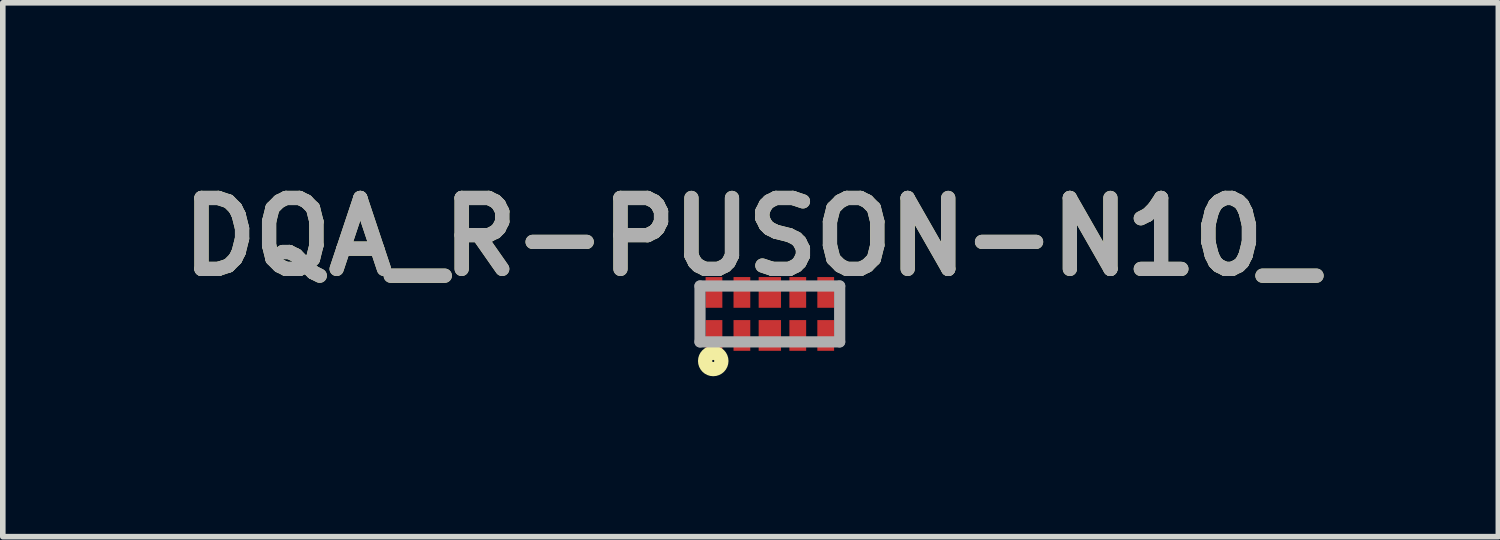
<source format=kicad_pcb>
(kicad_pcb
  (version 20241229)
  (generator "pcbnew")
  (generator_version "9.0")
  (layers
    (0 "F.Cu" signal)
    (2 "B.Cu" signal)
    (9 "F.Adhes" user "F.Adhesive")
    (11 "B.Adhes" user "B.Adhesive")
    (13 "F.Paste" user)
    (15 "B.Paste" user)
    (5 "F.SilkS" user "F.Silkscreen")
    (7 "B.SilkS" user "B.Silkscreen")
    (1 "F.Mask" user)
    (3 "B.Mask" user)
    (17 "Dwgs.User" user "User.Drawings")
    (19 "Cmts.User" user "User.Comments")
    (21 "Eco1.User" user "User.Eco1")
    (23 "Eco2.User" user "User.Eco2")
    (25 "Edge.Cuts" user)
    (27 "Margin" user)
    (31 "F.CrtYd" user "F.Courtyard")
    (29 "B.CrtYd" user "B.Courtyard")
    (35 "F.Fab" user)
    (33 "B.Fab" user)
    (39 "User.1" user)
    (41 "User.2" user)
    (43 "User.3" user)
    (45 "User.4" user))
  (footprint "DQA_R-PUSON-N10_"
    (layer "F.Cu")
    (at 10.729 2.569)
    (property "Reference" "DQA_R-PUSON-N10_" (at -0.345 -1.38 0) (layer "F.SilkS") (effects (font (size 1.27 1.27) (thickness 0.254))))
    (attr smd)
    (fp_circle (center -1.013 0.842) (end -1.013 0.861) (stroke (width 0.254) (type solid)) (fill no) (layer "F.SilkS"))
    (fp_line (start -1.25 -0.5) (end 1.25 -0.5) (stroke (width 0.2) (type solid)) (layer "F.Fab"))
    (fp_line (start -1.25 0.5) (end -1.25 -0.5) (stroke (width 0.2) (type solid)) (layer "F.Fab"))
    (fp_line (start 1.25 -0.5) (end 1.25 0.5) (stroke (width 0.2) (type solid)) (layer "F.Fab"))
    (fp_line (start 1.25 0.5) (end -1.25 0.5) (stroke (width 0.2) (type solid)) (layer "F.Fab"))
    (fp_text user "${REFERENCE}" (at -0.345 -1.38 0) (layer "F.Fab") (effects (font (size 1.27 1.27) (thickness 0.254))))
    (pad "1" smd rect (at -1 0.385) (size 0.3 0.55) (layers "F.Cu" "F.Mask" "F.Paste"))
    (pad "2" smd rect (at -0.5 0.385) (size 0.3 0.55) (layers "F.Cu" "F.Mask" "F.Paste"))
    (pad "3" smd rect (at 0 0.385) (size 0.4 0.55) (layers "F.Cu" "F.Mask" "F.Paste"))
    (pad "4" smd rect (at 0.5 0.385) (size 0.3 0.55) (layers "F.Cu" "F.Mask" "F.Paste"))
    (pad "5" smd rect (at 1 0.385) (size 0.3 0.55) (layers "F.Cu" "F.Mask" "F.Paste"))
    (pad "6" smd rect (at 1 -0.385) (size 0.3 0.55) (layers "F.Cu" "F.Mask" "F.Paste"))
    (pad "7" smd rect (at 0.5 -0.385) (size 0.3 0.55) (layers "F.Cu" "F.Mask" "F.Paste"))
    (pad "8" smd rect (at 0 -0.385) (size 0.4 0.55) (layers "F.Cu" "F.Mask" "F.Paste"))
    (pad "9" smd rect (at -0.5 -0.385) (size 0.3 0.55) (layers "F.Cu" "F.Mask" "F.Paste"))
    (pad "10" smd rect (at -1 -0.385) (size 0.3 0.55) (layers "F.Cu" "F.Mask" "F.Paste")))
  (gr_rect
    (start -3 -3)
    (end 23.768 6.556)
    (stroke (width 0.1) (type default))
    (fill no)
    (layer "Edge.Cuts")))
</source>
